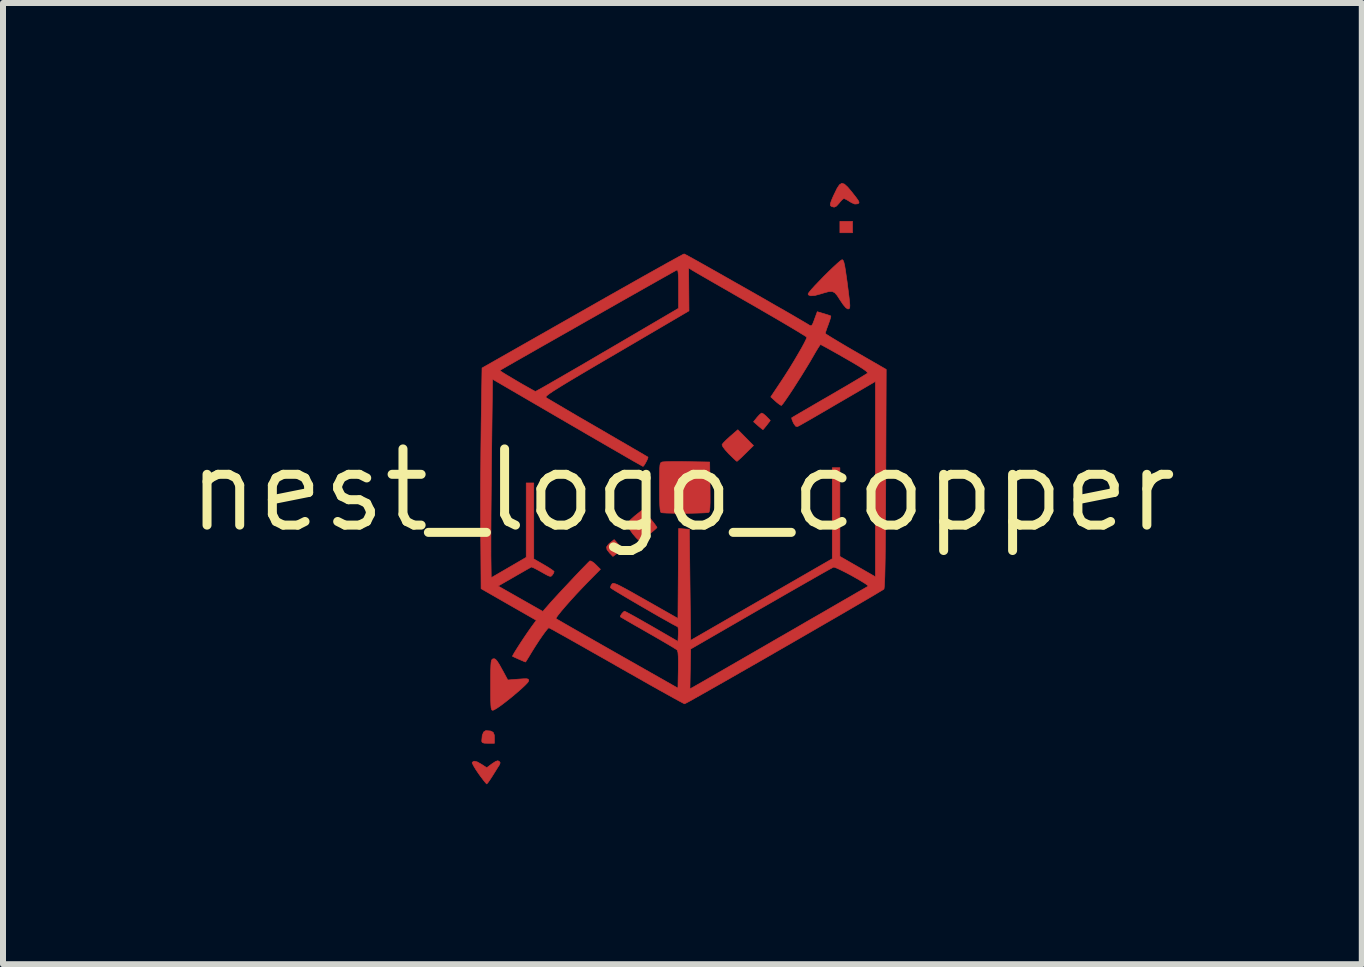
<source format=kicad_pcb>
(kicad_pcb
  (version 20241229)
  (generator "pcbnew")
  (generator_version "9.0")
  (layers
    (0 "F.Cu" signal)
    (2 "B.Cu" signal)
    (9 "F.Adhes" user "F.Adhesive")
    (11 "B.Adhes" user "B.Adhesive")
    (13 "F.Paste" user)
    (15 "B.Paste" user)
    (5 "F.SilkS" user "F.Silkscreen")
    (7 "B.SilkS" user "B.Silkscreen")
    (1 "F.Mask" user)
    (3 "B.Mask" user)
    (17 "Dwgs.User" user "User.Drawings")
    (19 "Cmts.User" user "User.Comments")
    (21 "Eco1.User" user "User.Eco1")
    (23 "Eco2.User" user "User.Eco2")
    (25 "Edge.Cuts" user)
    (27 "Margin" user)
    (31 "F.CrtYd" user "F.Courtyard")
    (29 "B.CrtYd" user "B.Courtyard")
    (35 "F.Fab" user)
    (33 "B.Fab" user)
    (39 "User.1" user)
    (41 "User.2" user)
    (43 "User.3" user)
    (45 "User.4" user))
  (footprint "nest_logo_copper"
    (layer "F.Cu")
    (at 8.323 5.122)
    (property "Reference" "nest_logo_copper" (at 0 0 0) (layer "F.SilkS") (effects (font (size 1.27 1.27) (thickness 0.15))))
    (attr through_hole board_only)
    (fp_poly (pts (xy 2.836 -4.293) (xy 2.625 -4.293) (xy 2.625 -4.483) (xy 2.836 -4.483) (xy 2.836 -4.293)) (stroke (width 0.01) (type solid)) (fill yes) (layer "F.Cu"))
    (fp_poly (pts (xy -3.197 4.011) (xy -3.154 4.033) (xy -3.135 4.078) (xy -3.133 4.123) (xy -3.133 4.216) (xy -3.239 4.216) (xy -3.302 4.214) (xy -3.334 4.204) (xy -3.344 4.183) (xy -3.344 4.176) (xy -3.336 4.086) (xy -3.313 4.028) (xy -3.277 4.005) (xy -3.273 4.005) (xy -3.197 4.011)) (stroke (width 0.01) (type solid)) (fill yes) (layer "F.Cu"))
    (fp_poly (pts (xy -1.077 0.889) (xy -1.039 0.935) (xy -1.018 0.969) (xy -1.016 0.975) (xy -1.031 0.998) (xy -1.07 1.034) (xy -1.087 1.048) (xy -1.158 1.102) (xy -1.214 1.044) (xy -1.257 0.988) (xy -1.263 0.943) (xy -1.23 0.897) (xy -1.202 0.873) (xy -1.137 0.821) (xy -1.077 0.889)) (stroke (width 0.01) (type solid)) (fill yes) (layer "F.Cu"))
    (fp_poly (pts (xy 1.352 -1.273) (xy 1.393 -1.238) (xy 1.406 -1.225) (xy 1.465 -1.164) (xy 1.407 -1.088) (xy 1.371 -1.043) (xy 1.347 -1.015) (xy 1.342 -1.012) (xy 1.324 -1.025) (xy 1.284 -1.057) (xy 1.261 -1.077) (xy 1.186 -1.143) (xy 1.244 -1.215) (xy 1.284 -1.259) (xy 1.316 -1.285) (xy 1.324 -1.287) (xy 1.352 -1.273)) (stroke (width 0.01) (type solid)) (fill yes) (layer "F.Cu"))
    (fp_poly (pts (xy 1.185 -0.746) (xy 1.052 -0.615) (xy 0.992 -0.556) (xy 0.943 -0.511) (xy 0.914 -0.486) (xy 0.909 -0.483) (xy 0.89 -0.497) (xy 0.85 -0.534) (xy 0.795 -0.588) (xy 0.774 -0.608) (xy 0.714 -0.674) (xy 0.674 -0.727) (xy 0.661 -0.76) (xy 0.662 -0.763) (xy 0.682 -0.79) (xy 0.727 -0.836) (xy 0.786 -0.89) (xy 0.798 -0.901) (xy 0.924 -1.01) (xy 1.185 -0.746)) (stroke (width 0.01) (type solid)) (fill yes) (layer "F.Cu"))
    (fp_poly (pts (xy -0.541 0.462) (xy -0.488 0.528) (xy -0.448 0.581) (xy -0.426 0.613) (xy -0.423 0.618) (xy -0.439 0.637) (xy -0.479 0.672) (xy -0.534 0.718) (xy -0.594 0.765) (xy -0.65 0.806) (xy -0.692 0.834) (xy -0.706 0.84) (xy -0.73 0.829) (xy -0.77 0.791) (xy -0.819 0.734) (xy -0.826 0.726) (xy -0.872 0.661) (xy -0.906 0.604) (xy -0.921 0.568) (xy -0.921 0.566) (xy -0.905 0.536) (xy -0.864 0.49) (xy -0.804 0.436) (xy -0.79 0.424) (xy -0.659 0.319) (xy -0.541 0.462)) (stroke (width 0.01) (type solid)) (fill yes) (layer "F.Cu"))
    (fp_poly (pts (xy -3.054 4.516) (xy -3.037 4.54) (xy -3.048 4.572) (xy -3.055 4.584) (xy -3.081 4.624) (xy -3.12 4.687) (xy -3.165 4.759) (xy -3.166 4.761) (xy -3.208 4.825) (xy -3.241 4.872) (xy -3.26 4.893) (xy -3.261 4.893) (xy -3.278 4.877) (xy -3.313 4.834) (xy -3.361 4.771) (xy -3.395 4.724) (xy -3.445 4.65) (xy -3.482 4.588) (xy -3.502 4.546) (xy -3.503 4.533) (xy -3.472 4.514) (xy -3.419 4.526) (xy -3.345 4.568) (xy -3.261 4.623) (xy -3.172 4.557) (xy -3.114 4.519) (xy -3.077 4.507) (xy -3.054 4.516)) (stroke (width 0.01) (type solid)) (fill yes) (layer "F.Cu"))
    (fp_poly (pts (xy 2.7 -5.104) (xy 2.754 -5.055) (xy 2.825 -4.971) (xy 2.837 -4.955) (xy 2.895 -4.881) (xy 2.93 -4.832) (xy 2.944 -4.803) (xy 2.941 -4.787) (xy 2.924 -4.777) (xy 2.919 -4.775) (xy 2.874 -4.771) (xy 2.819 -4.794) (xy 2.791 -4.811) (xy 2.739 -4.843) (xy 2.7 -4.862) (xy 2.691 -4.864) (xy 2.668 -4.849) (xy 2.631 -4.81) (xy 2.616 -4.79) (xy 2.568 -4.737) (xy 2.529 -4.719) (xy 2.488 -4.73) (xy 2.478 -4.736) (xy 2.466 -4.751) (xy 2.467 -4.779) (xy 2.483 -4.828) (xy 2.515 -4.903) (xy 2.531 -4.936) (xy 2.578 -5.033) (xy 2.618 -5.093) (xy 2.657 -5.117) (xy 2.7 -5.104)) (stroke (width 0.01) (type solid)) (fill yes) (layer "F.Cu"))
    (fp_poly (pts (xy -0.014 -0.48) (xy 0.085 -0.478) (xy 0.455 -0.472) (xy 0.461 -0.061) (xy 0.462 0.09) (xy 0.462 0.203) (xy 0.459 0.283) (xy 0.453 0.334) (xy 0.445 0.361) (xy 0.44 0.367) (xy 0.411 0.372) (xy 0.349 0.376) (xy 0.261 0.379) (xy 0.156 0.382) (xy 0.043 0.383) (xy -0.07 0.383) (xy -0.175 0.381) (xy -0.263 0.379) (xy -0.326 0.375) (xy -0.355 0.371) (xy -0.364 0.356) (xy -0.372 0.316) (xy -0.377 0.249) (xy -0.38 0.149) (xy -0.381 0.012) (xy -0.381 -0.05) (xy -0.381 -0.192) (xy -0.38 -0.296) (xy -0.378 -0.37) (xy -0.374 -0.419) (xy -0.367 -0.448) (xy -0.357 -0.463) (xy -0.343 -0.47) (xy -0.333 -0.473) (xy -0.297 -0.476) (xy -0.227 -0.479) (xy -0.13 -0.48) (xy -0.014 -0.48)) (stroke (width 0.01) (type solid)) (fill yes) (layer "F.Cu"))
    (fp_poly (pts (xy -3.114 2.816) (xy -3.087 2.847) (xy -3.051 2.903) (xy -3.003 2.99) (xy -2.988 3.016) (xy -2.91 3.161) (xy -2.736 3.147) (xy -2.65 3.141) (xy -2.598 3.14) (xy -2.572 3.146) (xy -2.562 3.16) (xy -2.561 3.175) (xy -2.577 3.202) (xy -2.621 3.248) (xy -2.685 3.308) (xy -2.764 3.377) (xy -2.85 3.449) (xy -2.938 3.519) (xy -3.019 3.581) (xy -3.088 3.629) (xy -3.139 3.659) (xy -3.159 3.666) (xy -3.172 3.663) (xy -3.181 3.65) (xy -3.188 3.623) (xy -3.192 3.575) (xy -3.195 3.502) (xy -3.196 3.397) (xy -3.196 3.256) (xy -3.196 3.245) (xy -3.196 3.1) (xy -3.195 2.992) (xy -3.192 2.915) (xy -3.188 2.864) (xy -3.181 2.833) (xy -3.171 2.817) (xy -3.16 2.81) (xy -3.137 2.806) (xy -3.114 2.816)) (stroke (width 0.01) (type solid)) (fill yes) (layer "F.Cu"))
    (fp_poly (pts (xy 2.678 -3.833) (xy 2.691 -3.803) (xy 2.704 -3.749) (xy 2.718 -3.665) (xy 2.735 -3.547) (xy 2.745 -3.478) (xy 2.764 -3.329) (xy 2.778 -3.216) (xy 2.787 -3.136) (xy 2.791 -3.081) (xy 2.789 -3.048) (xy 2.782 -3.031) (xy 2.771 -3.024) (xy 2.757 -3.023) (xy 2.726 -3.042) (xy 2.681 -3.094) (xy 2.629 -3.171) (xy 2.58 -3.247) (xy 2.54 -3.293) (xy 2.498 -3.314) (xy 2.443 -3.313) (xy 2.365 -3.292) (xy 2.306 -3.274) (xy 2.207 -3.247) (xy 2.137 -3.242) (xy 2.101 -3.257) (xy 2.095 -3.273) (xy 2.11 -3.298) (xy 2.149 -3.346) (xy 2.207 -3.41) (xy 2.279 -3.485) (xy 2.357 -3.566) (xy 2.438 -3.646) (xy 2.514 -3.719) (xy 2.581 -3.781) (xy 2.631 -3.824) (xy 2.661 -3.844) (xy 2.664 -3.844) (xy 2.678 -3.833)) (stroke (width 0.01) (type solid)) (fill yes) (layer "F.Cu"))
    (fp_poly (pts (xy 0.05 -3.93) (xy 0.104 -3.901) (xy 0.186 -3.856) (xy 0.293 -3.796) (xy 0.421 -3.724) (xy 0.565 -3.643) (xy 0.722 -3.554) (xy 0.887 -3.46) (xy 1.057 -3.364) (xy 1.227 -3.267) (xy 1.394 -3.172) (xy 1.553 -3.08) (xy 1.701 -2.996) (xy 1.833 -2.92) (xy 1.945 -2.854) (xy 2.034 -2.802) (xy 2.095 -2.766) (xy 2.11 -2.756) (xy 2.136 -2.743) (xy 2.155 -2.747) (xy 2.173 -2.776) (xy 2.197 -2.837) (xy 2.202 -2.852) (xy 2.248 -2.977) (xy 2.357 -2.945) (xy 2.419 -2.926) (xy 2.462 -2.911) (xy 2.474 -2.905) (xy 2.471 -2.883) (xy 2.456 -2.832) (xy 2.432 -2.765) (xy 2.432 -2.764) (xy 2.406 -2.695) (xy 2.388 -2.641) (xy 2.381 -2.616) (xy 2.399 -2.601) (xy 2.449 -2.569) (xy 2.526 -2.522) (xy 2.626 -2.462) (xy 2.744 -2.392) (xy 2.875 -2.316) (xy 2.889 -2.308) (xy 3.397 -2.015) (xy 3.39 -0.196) (xy 3.388 0.15) (xy 3.386 0.456) (xy 3.384 0.723) (xy 3.382 0.952) (xy 3.38 1.145) (xy 3.377 1.305) (xy 3.374 1.431) (xy 3.37 1.527) (xy 3.366 1.594) (xy 3.362 1.634) (xy 3.358 1.647) (xy 3.335 1.662) (xy 3.278 1.696) (xy 3.192 1.748) (xy 3.078 1.815) (xy 2.941 1.895) (xy 2.783 1.987) (xy 2.608 2.089) (xy 2.419 2.198) (xy 2.219 2.314) (xy 2.011 2.434) (xy 1.798 2.557) (xy 1.584 2.68) (xy 1.371 2.803) (xy 1.163 2.922) (xy 0.963 3.036) (xy 0.775 3.144) (xy 0.601 3.243) (xy 0.444 3.332) (xy 0.308 3.409) (xy 0.196 3.472) (xy 0.112 3.519) (xy 0.057 3.548) (xy 0.036 3.558) (xy 0.014 3.548) (xy -0.042 3.518) (xy -0.129 3.471) (xy -0.242 3.408) (xy -0.379 3.332) (xy -0.421 3.308) (xy 0.126 3.308) (xy 0.174 3.283) (xy 0.2 3.268) (xy 0.259 3.234) (xy 0.349 3.183) (xy 0.467 3.115) (xy 0.611 3.032) (xy 0.776 2.937) (xy 0.96 2.831) (xy 1.161 2.715) (xy 1.376 2.591) (xy 1.6 2.461) (xy 1.651 2.432) (xy 1.877 2.302) (xy 2.092 2.177) (xy 2.294 2.061) (xy 2.479 1.954) (xy 2.646 1.857) (xy 2.791 1.774) (xy 2.911 1.704) (xy 3.004 1.651) (xy 3.066 1.615) (xy 3.095 1.598) (xy 3.097 1.597) (xy 3.088 1.584) (xy 3.048 1.555) (xy 2.985 1.516) (xy 2.906 1.47) (xy 2.82 1.421) (xy 2.732 1.374) (xy 2.65 1.333) (xy 2.583 1.301) (xy 2.537 1.283) (xy 2.521 1.28) (xy 2.497 1.292) (xy 2.44 1.323) (xy 2.352 1.372) (xy 2.238 1.437) (xy 2.099 1.516) (xy 1.94 1.607) (xy 1.763 1.708) (xy 1.572 1.818) (xy 1.37 1.934) (xy 1.312 1.967) (xy 0.138 2.645) (xy 0.132 2.977) (xy 0.126 3.308) (xy -0.421 3.308) (xy -0.536 3.244) (xy -0.71 3.145) (xy -0.899 3.038) (xy -1.098 2.925) (xy -1.101 2.923) (xy -1.299 2.81) (xy -1.487 2.704) (xy -1.661 2.605) (xy -1.817 2.517) (xy -1.953 2.44) (xy -2.065 2.378) (xy -2.15 2.33) (xy -2.205 2.301) (xy -2.226 2.29) (xy -2.226 2.29) (xy -2.246 2.307) (xy -2.283 2.353) (xy -2.332 2.42) (xy -2.389 2.503) (xy -2.448 2.594) (xy -2.505 2.685) (xy -2.519 2.708) (xy -2.561 2.778) (xy -2.594 2.831) (xy -2.612 2.859) (xy -2.615 2.861) (xy -2.635 2.854) (xy -2.681 2.834) (xy -2.737 2.81) (xy -2.789 2.786) (xy -2.825 2.77) (xy -2.832 2.766) (xy -2.824 2.747) (xy -2.797 2.7) (xy -2.755 2.633) (xy -2.704 2.553) (xy -2.648 2.468) (xy -2.591 2.384) (xy -2.539 2.309) (xy -2.515 2.275) (xy -2.435 2.166) (xy -2.895 1.903) (xy -3.355 1.639) (xy -3.36 0.902) (xy -3.191 0.902) (xy -3.191 1.021) (xy -3.191 1.085) (xy -3.186 1.456) (xy -2.895 1.287) (xy -2.603 1.117) (xy -2.603 -0.123) (xy -2.477 -0.123) (xy -2.477 1.143) (xy -2.307 1.241) (xy -2.233 1.285) (xy -2.176 1.323) (xy -2.143 1.348) (xy -2.138 1.355) (xy -2.149 1.384) (xy -2.167 1.411) (xy -2.183 1.429) (xy -2.203 1.434) (xy -2.235 1.424) (xy -2.288 1.396) (xy -2.35 1.361) (xy -2.422 1.321) (xy -2.479 1.292) (xy -2.513 1.279) (xy -2.517 1.278) (xy -2.54 1.291) (xy -2.592 1.32) (xy -2.667 1.363) (xy -2.758 1.415) (xy -2.801 1.44) (xy -3.071 1.595) (xy -2.698 1.807) (xy -2.326 2.018) (xy -2.237 1.916) (xy -2.19 1.862) (xy -2.124 1.79) (xy -2.045 1.704) (xy -1.958 1.611) (xy -1.868 1.515) (xy -1.78 1.421) (xy -1.699 1.336) (xy -1.629 1.264) (xy -1.577 1.21) (xy -1.546 1.18) (xy -1.541 1.176) (xy -1.515 1.182) (xy -1.472 1.212) (xy -1.443 1.239) (xy -1.366 1.316) (xy -1.58 1.533) (xy -1.677 1.634) (xy -1.774 1.737) (xy -1.866 1.838) (xy -1.949 1.932) (xy -2.018 2.013) (xy -2.07 2.078) (xy -2.101 2.121) (xy -2.107 2.138) (xy -2.087 2.15) (xy -2.033 2.181) (xy -1.95 2.229) (xy -1.839 2.293) (xy -1.706 2.369) (xy -1.552 2.457) (xy -1.382 2.554) (xy -1.199 2.658) (xy -1.085 2.723) (xy -0.074 3.297) (xy -0.068 2.99) (xy -0.067 2.859) (xy -0.069 2.765) (xy -0.074 2.703) (xy -0.083 2.669) (xy -0.089 2.66) (xy -0.115 2.643) (xy -0.171 2.608) (xy -0.254 2.559) (xy -0.358 2.498) (xy -0.477 2.429) (xy -0.572 2.375) (xy -0.697 2.303) (xy -0.81 2.239) (xy -0.905 2.184) (xy -0.977 2.142) (xy -1.021 2.116) (xy -1.033 2.109) (xy -1.03 2.089) (xy -1.009 2.055) (xy -0.982 2.026) (xy -0.963 2.015) (xy -0.94 2.026) (xy -0.885 2.055) (xy -0.804 2.099) (xy -0.703 2.156) (xy -0.587 2.222) (xy -0.508 2.267) (xy -0.074 2.518) (xy -0.068 2.399) (xy -0.067 2.333) (xy -0.072 2.288) (xy -0.078 2.274) (xy -0.109 2.259) (xy -0.169 2.227) (xy -0.252 2.18) (xy -0.355 2.123) (xy -0.47 2.057) (xy -0.592 1.986) (xy -0.717 1.914) (xy -0.838 1.843) (xy -0.95 1.777) (xy -1.047 1.719) (xy -1.125 1.672) (xy -1.177 1.639) (xy -1.199 1.623) (xy -1.199 1.623) (xy -1.192 1.591) (xy -1.176 1.564) (xy -1.166 1.554) (xy -1.15 1.55) (xy -1.126 1.555) (xy -1.088 1.569) (xy -1.033 1.596) (xy -0.957 1.636) (xy -0.855 1.692) (xy -0.723 1.767) (xy -0.611 1.83) (xy -0.074 2.135) (xy -0.063 0.636) (xy 0.027 0.643) (xy 0.116 0.649) (xy 0.127 1.575) (xy 0.138 2.5) (xy 1.318 1.82) (xy 2.498 1.14) (xy 2.498 -0.377) (xy 2.625 -0.377) (xy 2.625 1.101) (xy 2.921 1.271) (xy 3.217 1.441) (xy 3.217 -1.815) (xy 2.99 -1.682) (xy 2.757 -1.546) (xy 2.557 -1.43) (xy 2.39 -1.332) (xy 2.252 -1.252) (xy 2.142 -1.188) (xy 2.056 -1.139) (xy 1.993 -1.103) (xy 1.95 -1.079) (xy 1.924 -1.066) (xy 1.917 -1.063) (xy 1.887 -1.069) (xy 1.855 -1.115) (xy 1.849 -1.126) (xy 1.828 -1.176) (xy 1.821 -1.206) (xy 1.822 -1.209) (xy 1.842 -1.221) (xy 1.894 -1.252) (xy 1.974 -1.299) (xy 2.078 -1.359) (xy 2.201 -1.431) (xy 2.339 -1.511) (xy 2.445 -1.572) (xy 2.592 -1.658) (xy 2.728 -1.737) (xy 2.848 -1.808) (xy 2.949 -1.868) (xy 3.024 -1.914) (xy 3.071 -1.943) (xy 3.084 -1.951) (xy 3.083 -1.965) (xy 3.059 -1.989) (xy 3.009 -2.025) (xy 2.93 -2.075) (xy 2.819 -2.141) (xy 2.711 -2.203) (xy 2.594 -2.27) (xy 2.489 -2.329) (xy 2.403 -2.377) (xy 2.34 -2.411) (xy 2.306 -2.429) (xy 2.302 -2.43) (xy 2.288 -2.413) (xy 2.257 -2.366) (xy 2.216 -2.298) (xy 2.18 -2.235) (xy 2.123 -2.137) (xy 2.057 -2.028) (xy 1.986 -1.913) (xy 1.913 -1.798) (xy 1.843 -1.688) (xy 1.778 -1.59) (xy 1.722 -1.508) (xy 1.68 -1.449) (xy 1.654 -1.418) (xy 1.649 -1.414) (xy 1.623 -1.428) (xy 1.579 -1.461) (xy 1.551 -1.486) (xy 1.473 -1.557) (xy 1.655 -1.83) (xy 1.722 -1.933) (xy 1.793 -2.045) (xy 1.863 -2.16) (xy 1.928 -2.271) (xy 1.986 -2.371) (xy 2.032 -2.456) (xy 2.062 -2.517) (xy 2.074 -2.55) (xy 2.074 -2.551) (xy 2.057 -2.565) (xy 2.005 -2.597) (xy 1.924 -2.647) (xy 1.817 -2.711) (xy 1.687 -2.788) (xy 1.537 -2.876) (xy 1.371 -2.972) (xy 1.192 -3.076) (xy 1.138 -3.107) (xy 0.954 -3.212) (xy 0.781 -3.312) (xy 0.621 -3.404) (xy 0.478 -3.486) (xy 0.357 -3.556) (xy 0.26 -3.612) (xy 0.192 -3.652) (xy 0.156 -3.673) (xy 0.153 -3.676) (xy 0.104 -3.706) (xy 0.107 -3.349) (xy 0.11 -2.991) (xy -1.099 -2.282) (xy -1.341 -2.141) (xy -1.548 -2.019) (xy -1.724 -1.915) (xy -1.87 -1.828) (xy -1.989 -1.756) (xy -2.084 -1.697) (xy -2.157 -1.651) (xy -2.21 -1.615) (xy -2.245 -1.589) (xy -2.266 -1.57) (xy -2.275 -1.557) (xy -2.273 -1.548) (xy -2.271 -1.546) (xy -2.246 -1.53) (xy -2.187 -1.495) (xy -2.1 -1.444) (xy -1.988 -1.378) (xy -1.854 -1.299) (xy -1.704 -1.211) (xy -1.539 -1.116) (xy -1.408 -1.04) (xy -1.238 -0.941) (xy -1.079 -0.848) (xy -0.935 -0.765) (xy -0.81 -0.692) (xy -0.708 -0.633) (xy -0.632 -0.588) (xy -0.586 -0.561) (xy -0.573 -0.553) (xy -0.577 -0.533) (xy -0.595 -0.492) (xy -0.62 -0.446) (xy -0.643 -0.41) (xy -0.656 -0.398) (xy -0.676 -0.409) (xy -0.729 -0.439) (xy -0.813 -0.486) (xy -0.924 -0.55) (xy -1.06 -0.629) (xy -1.218 -0.72) (xy -1.394 -0.822) (xy -1.586 -0.933) (xy -1.79 -1.052) (xy -1.916 -1.125) (xy -3.164 -1.852) (xy -3.18 -0.569) (xy -3.183 -0.327) (xy -3.185 -0.086) (xy -3.187 0.147) (xy -3.189 0.367) (xy -3.19 0.57) (xy -3.191 0.75) (xy -3.191 0.902) (xy -3.36 0.902) (xy -3.362 0.732) (xy -3.363 0.493) (xy -3.363 0.224) (xy -3.363 -0.063) (xy -3.361 -0.355) (xy -3.359 -0.642) (xy -3.356 -0.91) (xy -3.354 -1.107) (xy -3.34 -1.998) (xy -3.043 -1.998) (xy -3.028 -1.986) (xy -2.984 -1.957) (xy -2.917 -1.916) (xy -2.836 -1.868) (xy -2.747 -1.815) (xy -2.658 -1.763) (xy -2.576 -1.717) (xy -2.509 -1.679) (xy -2.464 -1.655) (xy -2.449 -1.648) (xy -2.428 -1.659) (xy -2.374 -1.688) (xy -2.289 -1.736) (xy -2.178 -1.8) (xy -2.042 -1.878) (xy -1.885 -1.969) (xy -1.71 -2.07) (xy -1.52 -2.181) (xy -1.319 -2.299) (xy -1.248 -2.34) (xy -0.064 -3.034) (xy -0.064 -3.359) (xy -0.064 -3.487) (xy -0.067 -3.579) (xy -0.072 -3.637) (xy -0.079 -3.667) (xy -0.089 -3.674) (xy -0.09 -3.673) (xy -0.111 -3.662) (xy -0.166 -3.632) (xy -0.25 -3.584) (xy -0.361 -3.522) (xy -0.495 -3.446) (xy -0.649 -3.359) (xy -0.819 -3.263) (xy -1.003 -3.159) (xy -1.196 -3.049) (xy -1.395 -2.936) (xy -1.597 -2.822) (xy -1.798 -2.707) (xy -1.996 -2.595) (xy -2.186 -2.487) (xy -2.366 -2.385) (xy -2.532 -2.29) (xy -2.68 -2.206) (xy -2.808 -2.133) (xy -2.911 -2.074) (xy -2.987 -2.03) (xy -3.032 -2.004) (xy -3.043 -1.998) (xy -3.34 -1.998) (xy -3.339 -2.039) (xy -1.668 -2.989) (xy -1.422 -3.129) (xy -1.188 -3.262) (xy -0.966 -3.387) (xy -0.759 -3.504) (xy -0.571 -3.61) (xy -0.404 -3.703) (xy -0.26 -3.784) (xy -0.142 -3.849) (xy -0.053 -3.898) (xy 0.005 -3.929) (xy 0.029 -3.94) (xy 0.029 -3.94) (xy 0.05 -3.93)) (stroke (width 0.01) (type solid)) (fill yes) (layer "F.Cu")))
  (gr_rect
    (start -3 -3)
    (end 19.646 13.02)
    (stroke (width 0.1) (type default))
    (fill no)
    (layer "Edge.Cuts")))
</source>
